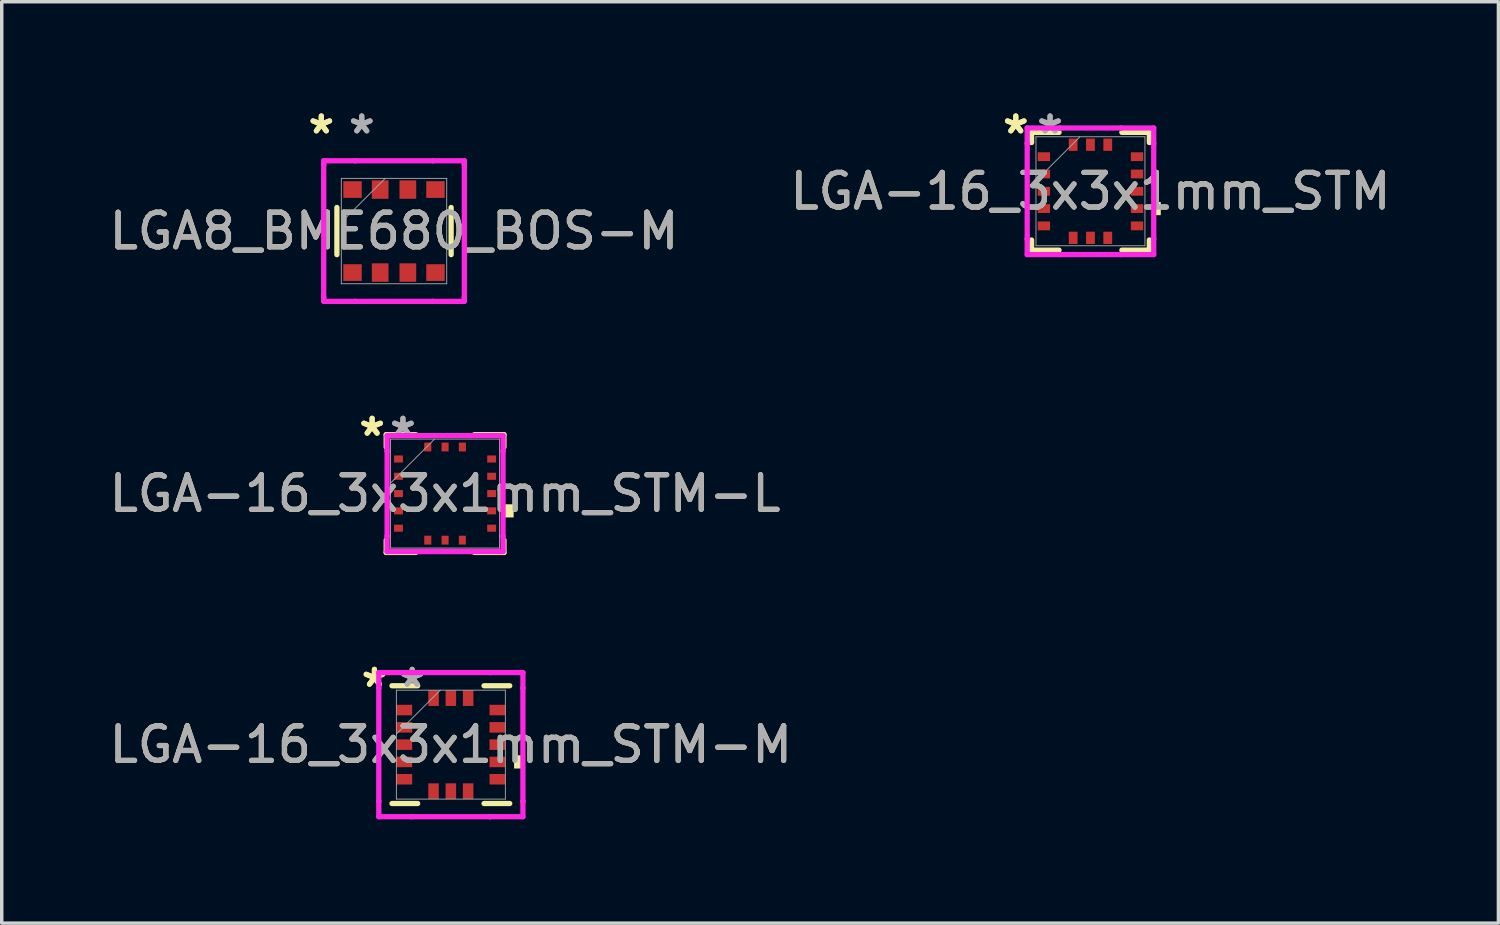
<source format=kicad_pcb>
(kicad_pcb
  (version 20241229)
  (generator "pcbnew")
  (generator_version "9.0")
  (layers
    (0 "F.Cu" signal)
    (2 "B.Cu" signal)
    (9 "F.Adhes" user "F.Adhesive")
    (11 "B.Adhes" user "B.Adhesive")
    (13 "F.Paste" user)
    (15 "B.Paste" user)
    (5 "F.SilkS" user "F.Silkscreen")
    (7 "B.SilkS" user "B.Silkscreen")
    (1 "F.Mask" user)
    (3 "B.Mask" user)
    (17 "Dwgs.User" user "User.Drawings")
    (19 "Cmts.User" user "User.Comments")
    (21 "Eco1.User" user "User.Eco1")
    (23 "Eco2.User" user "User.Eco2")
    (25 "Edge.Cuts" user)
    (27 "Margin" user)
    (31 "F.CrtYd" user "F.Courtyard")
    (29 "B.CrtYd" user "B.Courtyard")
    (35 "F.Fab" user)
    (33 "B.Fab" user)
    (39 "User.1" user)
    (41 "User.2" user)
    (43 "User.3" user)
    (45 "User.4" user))
  (footprint "LGA-16_3x3x1mm_STM-L"
    (layer "F.Cu")
    (at 9.815 11.217)
    (property "Reference" "LGA-16_3x3x1mm_STM-L" (at 0 0 0) (unlocked yes) (layer "F.SilkS") (effects (font (size 1 1) (thickness 0.15))))
    (attr smd)
    (fp_line (start -1.702 -1.702) (end -1.702 -1.345) (stroke (width 0.152) (type solid)) (layer "F.SilkS"))
    (fp_line (start -1.702 1.345) (end -1.702 1.702) (stroke (width 0.152) (type solid)) (layer "F.SilkS"))
    (fp_line (start -1.702 1.702) (end -0.845 1.702) (stroke (width 0.152) (type solid)) (layer "F.SilkS"))
    (fp_line (start -0.845 -1.702) (end -1.702 -1.702) (stroke (width 0.152) (type solid)) (layer "F.SilkS"))
    (fp_line (start 0.845 1.702) (end 1.702 1.702) (stroke (width 0.152) (type solid)) (layer "F.SilkS"))
    (fp_line (start 1.702 -1.702) (end 0.845 -1.702) (stroke (width 0.152) (type solid)) (layer "F.SilkS"))
    (fp_line (start 1.702 -1.345) (end 1.702 -1.702) (stroke (width 0.152) (type solid)) (layer "F.SilkS"))
    (fp_line (start 1.702 1.702) (end 1.702 1.345) (stroke (width 0.152) (type solid)) (layer "F.SilkS"))
    (fp_poly (pts (xy 1.982 0.309) (xy 1.982 0.69) (xy 1.728 0.69) (xy 1.728 0.309)) (stroke (width 0) (type solid)) (fill yes) (layer "F.SilkS"))
    (fp_line (start -1.676 -1.676) (end -0.729 -1.676) (stroke (width 0.152) (type solid)) (layer "F.CrtYd"))
    (fp_line (start -1.676 -1.229) (end -1.676 -1.676) (stroke (width 0.152) (type solid)) (layer "F.CrtYd"))
    (fp_line (start -1.676 -1.229) (end -1.676 -1.229) (stroke (width 0.152) (type solid)) (layer "F.CrtYd"))
    (fp_line (start -1.676 1.229) (end -1.676 -1.229) (stroke (width 0.152) (type solid)) (layer "F.CrtYd"))
    (fp_line (start -1.676 1.229) (end -1.676 1.229) (stroke (width 0.152) (type solid)) (layer "F.CrtYd"))
    (fp_line (start -1.676 1.676) (end -1.676 1.229) (stroke (width 0.152) (type solid)) (layer "F.CrtYd"))
    (fp_line (start -1.676 1.676) (end -0.729 1.676) (stroke (width 0.152) (type solid)) (layer "F.CrtYd"))
    (fp_line (start -0.729 -1.676) (end -0.729 -1.676) (stroke (width 0.152) (type solid)) (layer "F.CrtYd"))
    (fp_line (start -0.729 -1.676) (end 0.729 -1.676) (stroke (width 0.152) (type solid)) (layer "F.CrtYd"))
    (fp_line (start -0.729 1.676) (end -0.729 1.676) (stroke (width 0.152) (type solid)) (layer "F.CrtYd"))
    (fp_line (start -0.729 1.676) (end 0.729 1.676) (stroke (width 0.152) (type solid)) (layer "F.CrtYd"))
    (fp_line (start 0.729 -1.676) (end 0.729 -1.676) (stroke (width 0.152) (type solid)) (layer "F.CrtYd"))
    (fp_line (start 0.729 -1.676) (end 1.676 -1.676) (stroke (width 0.152) (type solid)) (layer "F.CrtYd"))
    (fp_line (start 0.729 1.676) (end 0.729 1.676) (stroke (width 0.152) (type solid)) (layer "F.CrtYd"))
    (fp_line (start 0.729 1.676) (end 1.676 1.676) (stroke (width 0.152) (type solid)) (layer "F.CrtYd"))
    (fp_line (start 1.676 -1.229) (end 1.676 -1.676) (stroke (width 0.152) (type solid)) (layer "F.CrtYd"))
    (fp_line (start 1.676 -1.229) (end 1.676 -1.229) (stroke (width 0.152) (type solid)) (layer "F.CrtYd"))
    (fp_line (start 1.676 1.229) (end 1.676 -1.229) (stroke (width 0.152) (type solid)) (layer "F.CrtYd"))
    (fp_line (start 1.676 1.229) (end 1.676 1.229) (stroke (width 0.152) (type solid)) (layer "F.CrtYd"))
    (fp_line (start 1.676 1.676) (end 1.676 1.229) (stroke (width 0.152) (type solid)) (layer "F.CrtYd"))
    (fp_line (start -1.575 -1.575) (end -1.575 1.575) (stroke (width 0.025) (type solid)) (layer "F.Fab"))
    (fp_line (start -1.575 -0.305) (end -0.305 -1.575) (stroke (width 0.025) (type solid)) (layer "F.Fab"))
    (fp_line (start -1.575 1.575) (end 1.575 1.575) (stroke (width 0.025) (type solid)) (layer "F.Fab"))
    (fp_line (start 1.575 -1.575) (end -1.575 -1.575) (stroke (width 0.025) (type solid)) (layer "F.Fab"))
    (fp_line (start 1.575 1.575) (end 1.575 -1.575) (stroke (width 0.025) (type solid)) (layer "F.Fab"))
    (fp_text user "*" (at -2.109 -1.631 0) (layer "F.SilkS") (effects (font (size 1 1) (thickness 0.15))))
    (fp_text user "*" (at -2.109 -1.631 0) (unlocked yes) (layer "F.SilkS") (effects (font (size 1 1) (thickness 0.15))))
    (fp_text user "${REFERENCE}" (at 0 0 0) (unlocked yes) (layer "F.Fab") (effects (font (size 1 1) (thickness 0.15))))
    (fp_text user "*" (at -1.218 -1.631 0) (layer "F.Fab") (effects (font (size 1 1) (thickness 0.15))))
    (fp_text user "*" (at -1.218 -1.631 0) (unlocked yes) (layer "F.Fab") (effects (font (size 1 1) (thickness 0.15))))
    (pad "1" smd rect (at -1.346 -1 90) (size 0.204 0.256) (layers "F.Cu" "F.Mask" "F.Paste"))
    (pad "2" smd rect (at -1.346 -0.5 90) (size 0.204 0.256) (layers "F.Cu" "F.Mask" "F.Paste"))
    (pad "3" smd rect (at -1.346 0 90) (size 0.204 0.256) (layers "F.Cu" "F.Mask" "F.Paste"))
    (pad "4" smd rect (at -1.346 0.5 90) (size 0.204 0.256) (layers "F.Cu" "F.Mask" "F.Paste"))
    (pad "5" smd rect (at -1.346 1 90) (size 0.204 0.256) (layers "F.Cu" "F.Mask" "F.Paste"))
    (pad "6" smd rect (at -0.5 1.346) (size 0.204 0.256) (layers "F.Cu" "F.Mask" "F.Paste"))
    (pad "7" smd rect (at 0 1.346) (size 0.204 0.256) (layers "F.Cu" "F.Mask" "F.Paste"))
    (pad "8" smd rect (at 0.5 1.346) (size 0.204 0.256) (layers "F.Cu" "F.Mask" "F.Paste"))
    (pad "9" smd rect (at 1.346 1 90) (size 0.204 0.256) (layers "F.Cu" "F.Mask" "F.Paste"))
    (pad "10" smd rect (at 1.346 0.5 90) (size 0.204 0.256) (layers "F.Cu" "F.Mask" "F.Paste"))
    (pad "11" smd rect (at 1.346 0 90) (size 0.204 0.256) (layers "F.Cu" "F.Mask" "F.Paste"))
    (pad "12" smd rect (at 1.346 -0.5 90) (size 0.204 0.256) (layers "F.Cu" "F.Mask" "F.Paste"))
    (pad "13" smd rect (at 1.346 -1 90) (size 0.204 0.256) (layers "F.Cu" "F.Mask" "F.Paste"))
    (pad "14" smd rect (at 0.5 -1.346) (size 0.204 0.256) (layers "F.Cu" "F.Mask" "F.Paste"))
    (pad "15" smd rect (at 0 -1.346) (size 0.204 0.256) (layers "F.Cu" "F.Mask" "F.Paste"))
    (pad "16" smd rect (at -0.5 -1.346) (size 0.204 0.256) (layers "F.Cu" "F.Mask" "F.Paste")))
  (footprint "LGA-16_3x3x1mm_STM-M"
    (layer "F.Cu")
    (at 9.982 18.474)
    (property "Reference" "LGA-16_3x3x1mm_STM-M" (at 0 0 0) (unlocked yes) (layer "F.SilkS") (effects (font (size 1 1) (thickness 0.15))))
    (attr smd)
    (fp_line (start -1.702 1.702) (end -0.959 1.702) (stroke (width 0.152) (type solid)) (layer "F.SilkS"))
    (fp_line (start -0.959 -1.702) (end -1.702 -1.702) (stroke (width 0.152) (type solid)) (layer "F.SilkS"))
    (fp_line (start 0.959 1.702) (end 1.702 1.702) (stroke (width 0.152) (type solid)) (layer "F.SilkS"))
    (fp_line (start 1.702 -1.702) (end 0.959 -1.702) (stroke (width 0.152) (type solid)) (layer "F.SilkS"))
    (fp_poly (pts (xy 2.082 0.309) (xy 2.082 0.69) (xy 1.828 0.69) (xy 1.828 0.309)) (stroke (width 0) (type solid)) (fill yes) (layer "F.SilkS"))
    (fp_line (start -2.083 -2.083) (end -1.135 -2.083) (stroke (width 0.152) (type solid)) (layer "F.CrtYd"))
    (fp_line (start -2.083 -1.635) (end -2.083 -2.083) (stroke (width 0.152) (type solid)) (layer "F.CrtYd"))
    (fp_line (start -2.083 -1.635) (end -2.083 -1.635) (stroke (width 0.152) (type solid)) (layer "F.CrtYd"))
    (fp_line (start -2.083 1.635) (end -2.083 -1.635) (stroke (width 0.152) (type solid)) (layer "F.CrtYd"))
    (fp_line (start -2.083 1.635) (end -2.083 1.635) (stroke (width 0.152) (type solid)) (layer "F.CrtYd"))
    (fp_line (start -2.083 2.083) (end -2.083 1.635) (stroke (width 0.152) (type solid)) (layer "F.CrtYd"))
    (fp_line (start -2.083 2.083) (end -1.135 2.083) (stroke (width 0.152) (type solid)) (layer "F.CrtYd"))
    (fp_line (start -1.135 -2.083) (end -1.135 -2.083) (stroke (width 0.152) (type solid)) (layer "F.CrtYd"))
    (fp_line (start -1.135 -2.083) (end 1.135 -2.083) (stroke (width 0.152) (type solid)) (layer "F.CrtYd"))
    (fp_line (start -1.135 2.083) (end -1.135 2.083) (stroke (width 0.152) (type solid)) (layer "F.CrtYd"))
    (fp_line (start -1.135 2.083) (end 1.135 2.083) (stroke (width 0.152) (type solid)) (layer "F.CrtYd"))
    (fp_line (start 1.135 -2.083) (end 1.135 -2.083) (stroke (width 0.152) (type solid)) (layer "F.CrtYd"))
    (fp_line (start 1.135 -2.083) (end 2.083 -2.083) (stroke (width 0.152) (type solid)) (layer "F.CrtYd"))
    (fp_line (start 1.135 2.083) (end 1.135 2.083) (stroke (width 0.152) (type solid)) (layer "F.CrtYd"))
    (fp_line (start 1.135 2.083) (end 2.083 2.083) (stroke (width 0.152) (type solid)) (layer "F.CrtYd"))
    (fp_line (start 2.083 -1.635) (end 2.083 -2.083) (stroke (width 0.152) (type solid)) (layer "F.CrtYd"))
    (fp_line (start 2.083 -1.635) (end 2.083 -1.635) (stroke (width 0.152) (type solid)) (layer "F.CrtYd"))
    (fp_line (start 2.083 1.635) (end 2.083 -1.635) (stroke (width 0.152) (type solid)) (layer "F.CrtYd"))
    (fp_line (start 2.083 1.635) (end 2.083 1.635) (stroke (width 0.152) (type solid)) (layer "F.CrtYd"))
    (fp_line (start 2.083 2.083) (end 2.083 1.635) (stroke (width 0.152) (type solid)) (layer "F.CrtYd"))
    (fp_line (start -1.575 -1.575) (end -1.575 1.575) (stroke (width 0.025) (type solid)) (layer "F.Fab"))
    (fp_line (start -1.575 -0.305) (end -0.305 -1.575) (stroke (width 0.025) (type solid)) (layer "F.Fab"))
    (fp_line (start -1.575 1.575) (end 1.575 1.575) (stroke (width 0.025) (type solid)) (layer "F.Fab"))
    (fp_line (start 1.575 -1.575) (end -1.575 -1.575) (stroke (width 0.025) (type solid)) (layer "F.Fab"))
    (fp_line (start 1.575 1.575) (end 1.575 -1.575) (stroke (width 0.025) (type solid)) (layer "F.Fab"))
    (fp_text user "*" (at -2.209 -1.631 0) (layer "F.SilkS") (effects (font (size 1 1) (thickness 0.15))))
    (fp_text user "*" (at -2.209 -1.631 0) (unlocked yes) (layer "F.SilkS") (effects (font (size 1 1) (thickness 0.15))))
    (fp_text user "${REFERENCE}" (at 0 0 0) (unlocked yes) (layer "F.Fab") (effects (font (size 1 1) (thickness 0.15))))
    (fp_text user "*" (at -1.118 -1.631 0) (layer "F.Fab") (effects (font (size 1 1) (thickness 0.15))))
    (fp_text user "*" (at -1.118 -1.631 0) (unlocked yes) (layer "F.Fab") (effects (font (size 1 1) (thickness 0.15))))
    (pad "1" smd rect (at -1.346 -1 90) (size 0.304 0.456) (layers "F.Cu" "F.Mask" "F.Paste"))
    (pad "2" smd rect (at -1.346 -0.5 90) (size 0.304 0.456) (layers "F.Cu" "F.Mask" "F.Paste"))
    (pad "3" smd rect (at -1.346 0 90) (size 0.304 0.456) (layers "F.Cu" "F.Mask" "F.Paste"))
    (pad "4" smd rect (at -1.346 0.5 90) (size 0.304 0.456) (layers "F.Cu" "F.Mask" "F.Paste"))
    (pad "5" smd rect (at -1.346 1 90) (size 0.304 0.456) (layers "F.Cu" "F.Mask" "F.Paste"))
    (pad "6" smd rect (at -0.5 1.346) (size 0.304 0.456) (layers "F.Cu" "F.Mask" "F.Paste"))
    (pad "7" smd rect (at 0 1.346) (size 0.304 0.456) (layers "F.Cu" "F.Mask" "F.Paste"))
    (pad "8" smd rect (at 0.5 1.346) (size 0.304 0.456) (layers "F.Cu" "F.Mask" "F.Paste"))
    (pad "9" smd rect (at 1.346 1 90) (size 0.304 0.456) (layers "F.Cu" "F.Mask" "F.Paste"))
    (pad "10" smd rect (at 1.346 0.5 90) (size 0.304 0.456) (layers "F.Cu" "F.Mask" "F.Paste"))
    (pad "11" smd rect (at 1.346 0 90) (size 0.304 0.456) (layers "F.Cu" "F.Mask" "F.Paste"))
    (pad "12" smd rect (at 1.346 -0.5 90) (size 0.304 0.456) (layers "F.Cu" "F.Mask" "F.Paste"))
    (pad "13" smd rect (at 1.346 -1 90) (size 0.304 0.456) (layers "F.Cu" "F.Mask" "F.Paste"))
    (pad "14" smd rect (at 0.5 -1.346) (size 0.304 0.456) (layers "F.Cu" "F.Mask" "F.Paste"))
    (pad "15" smd rect (at 0 -1.346) (size 0.304 0.456) (layers "F.Cu" "F.Mask" "F.Paste"))
    (pad "16" smd rect (at -0.5 -1.346) (size 0.304 0.456) (layers "F.Cu" "F.Mask" "F.Paste")))
  (footprint "LGA-16_3x3x1mm_STM"
    (layer "F.Cu")
    (at 28.47 2.479)
    (property "Reference" "LGA-16_3x3x1mm_STM" (at 0 0 0) (unlocked yes) (layer "F.SilkS") (effects (font (size 1 1) (thickness 0.15))))
    (attr smd)
    (fp_line (start -1.702 -1.702) (end -1.702 -1.408) (stroke (width 0.152) (type solid)) (layer "F.SilkS"))
    (fp_line (start -1.702 1.408) (end -1.702 1.702) (stroke (width 0.152) (type solid)) (layer "F.SilkS"))
    (fp_line (start -1.702 1.702) (end -0.908 1.702) (stroke (width 0.152) (type solid)) (layer "F.SilkS"))
    (fp_line (start -0.908 -1.702) (end -1.702 -1.702) (stroke (width 0.152) (type solid)) (layer "F.SilkS"))
    (fp_line (start 0.908 1.702) (end 1.702 1.702) (stroke (width 0.152) (type solid)) (layer "F.SilkS"))
    (fp_line (start 1.702 -1.702) (end 0.908 -1.702) (stroke (width 0.152) (type solid)) (layer "F.SilkS"))
    (fp_line (start 1.702 -1.408) (end 1.702 -1.702) (stroke (width 0.152) (type solid)) (layer "F.SilkS"))
    (fp_line (start 1.702 1.702) (end 1.702 1.408) (stroke (width 0.152) (type solid)) (layer "F.SilkS"))
    (fp_poly (pts (xy 2.032 0.309) (xy 2.032 0.69) (xy 1.778 0.69) (xy 1.778 0.309)) (stroke (width 0) (type solid)) (fill yes) (layer "F.SilkS"))
    (fp_line (start -1.829 -1.829) (end -0.881 -1.829) (stroke (width 0.152) (type solid)) (layer "F.CrtYd"))
    (fp_line (start -1.829 -1.381) (end -1.829 -1.829) (stroke (width 0.152) (type solid)) (layer "F.CrtYd"))
    (fp_line (start -1.829 -1.381) (end -1.829 -1.381) (stroke (width 0.152) (type solid)) (layer "F.CrtYd"))
    (fp_line (start -1.829 1.381) (end -1.829 -1.381) (stroke (width 0.152) (type solid)) (layer "F.CrtYd"))
    (fp_line (start -1.829 1.381) (end -1.829 1.381) (stroke (width 0.152) (type solid)) (layer "F.CrtYd"))
    (fp_line (start -1.829 1.829) (end -1.829 1.381) (stroke (width 0.152) (type solid)) (layer "F.CrtYd"))
    (fp_line (start -1.829 1.829) (end -0.881 1.829) (stroke (width 0.152) (type solid)) (layer "F.CrtYd"))
    (fp_line (start -0.881 -1.829) (end -0.881 -1.829) (stroke (width 0.152) (type solid)) (layer "F.CrtYd"))
    (fp_line (start -0.881 -1.829) (end 0.881 -1.829) (stroke (width 0.152) (type solid)) (layer "F.CrtYd"))
    (fp_line (start -0.881 1.829) (end -0.881 1.829) (stroke (width 0.152) (type solid)) (layer "F.CrtYd"))
    (fp_line (start -0.881 1.829) (end 0.881 1.829) (stroke (width 0.152) (type solid)) (layer "F.CrtYd"))
    (fp_line (start 0.881 -1.829) (end 0.881 -1.829) (stroke (width 0.152) (type solid)) (layer "F.CrtYd"))
    (fp_line (start 0.881 -1.829) (end 1.829 -1.829) (stroke (width 0.152) (type solid)) (layer "F.CrtYd"))
    (fp_line (start 0.881 1.829) (end 0.881 1.829) (stroke (width 0.152) (type solid)) (layer "F.CrtYd"))
    (fp_line (start 0.881 1.829) (end 1.829 1.829) (stroke (width 0.152) (type solid)) (layer "F.CrtYd"))
    (fp_line (start 1.829 -1.381) (end 1.829 -1.829) (stroke (width 0.152) (type solid)) (layer "F.CrtYd"))
    (fp_line (start 1.829 -1.381) (end 1.829 -1.381) (stroke (width 0.152) (type solid)) (layer "F.CrtYd"))
    (fp_line (start 1.829 1.381) (end 1.829 -1.381) (stroke (width 0.152) (type solid)) (layer "F.CrtYd"))
    (fp_line (start 1.829 1.381) (end 1.829 1.381) (stroke (width 0.152) (type solid)) (layer "F.CrtYd"))
    (fp_line (start 1.829 1.829) (end 1.829 1.381) (stroke (width 0.152) (type solid)) (layer "F.CrtYd"))
    (fp_line (start -1.575 -1.575) (end -1.575 1.575) (stroke (width 0.025) (type solid)) (layer "F.Fab"))
    (fp_line (start -1.575 -0.305) (end -0.305 -1.575) (stroke (width 0.025) (type solid)) (layer "F.Fab"))
    (fp_line (start -1.575 1.575) (end 1.575 1.575) (stroke (width 0.025) (type solid)) (layer "F.Fab"))
    (fp_line (start 1.575 -1.575) (end -1.575 -1.575) (stroke (width 0.025) (type solid)) (layer "F.Fab"))
    (fp_line (start 1.575 1.575) (end 1.575 -1.575) (stroke (width 0.025) (type solid)) (layer "F.Fab"))
    (fp_text user "*" (at -2.159 -1.631 0) (layer "F.SilkS") (effects (font (size 1 1) (thickness 0.15))))
    (fp_text user "*" (at -2.159 -1.631 0) (unlocked yes) (layer "F.SilkS") (effects (font (size 1 1) (thickness 0.15))))
    (fp_text user "${REFERENCE}" (at 0 0 0) (unlocked yes) (layer "F.Fab") (effects (font (size 1 1) (thickness 0.15))))
    (fp_text user "*" (at -1.168 -1.631 0) (layer "F.Fab") (effects (font (size 1 1) (thickness 0.15))))
    (fp_text user "*" (at -1.168 -1.631 0) (unlocked yes) (layer "F.Fab") (effects (font (size 1 1) (thickness 0.15))))
    (pad "1" smd rect (at -1.346 -1 90) (size 0.254 0.356) (layers "F.Cu" "F.Mask" "F.Paste"))
    (pad "2" smd rect (at -1.346 -0.5 90) (size 0.254 0.356) (layers "F.Cu" "F.Mask" "F.Paste"))
    (pad "3" smd rect (at -1.346 0 90) (size 0.254 0.356) (layers "F.Cu" "F.Mask" "F.Paste"))
    (pad "4" smd rect (at -1.346 0.5 90) (size 0.254 0.356) (layers "F.Cu" "F.Mask" "F.Paste"))
    (pad "5" smd rect (at -1.346 1 90) (size 0.254 0.356) (layers "F.Cu" "F.Mask" "F.Paste"))
    (pad "6" smd rect (at -0.5 1.346) (size 0.254 0.356) (layers "F.Cu" "F.Mask" "F.Paste"))
    (pad "7" smd rect (at 0 1.346) (size 0.254 0.356) (layers "F.Cu" "F.Mask" "F.Paste"))
    (pad "8" smd rect (at 0.5 1.346) (size 0.254 0.356) (layers "F.Cu" "F.Mask" "F.Paste"))
    (pad "9" smd rect (at 1.346 1 90) (size 0.254 0.356) (layers "F.Cu" "F.Mask" "F.Paste"))
    (pad "10" smd rect (at 1.346 0.5 90) (size 0.254 0.356) (layers "F.Cu" "F.Mask" "F.Paste"))
    (pad "11" smd rect (at 1.346 0 90) (size 0.254 0.356) (layers "F.Cu" "F.Mask" "F.Paste"))
    (pad "12" smd rect (at 1.346 -0.5 90) (size 0.254 0.356) (layers "F.Cu" "F.Mask" "F.Paste"))
    (pad "13" smd rect (at 1.346 -1 90) (size 0.254 0.356) (layers "F.Cu" "F.Mask" "F.Paste"))
    (pad "14" smd rect (at 0.5 -1.346) (size 0.254 0.356) (layers "F.Cu" "F.Mask" "F.Paste"))
    (pad "15" smd rect (at 0 -1.346) (size 0.254 0.356) (layers "F.Cu" "F.Mask" "F.Paste"))
    (pad "16" smd rect (at -0.5 -1.346) (size 0.254 0.356) (layers "F.Cu" "F.Mask" "F.Paste")))
  (footprint "LGA8_BME680_BOS-M"
    (layer "F.Cu")
    (at 8.339 3.629)
    (property "Reference" "LGA8_BME680_BOS-M" (at 0 0 0) (unlocked yes) (layer "F.SilkS") (effects (font (size 1 1) (thickness 0.15))))
    (attr smd)
    (fp_line (start -1.651 -0.682) (end -1.651 0.682) (stroke (width 0.152) (type solid)) (layer "F.SilkS"))
    (fp_line (start 1.651 0.682) (end 1.651 -0.682) (stroke (width 0.152) (type solid)) (layer "F.SilkS"))
    (fp_line (start -2.032 -2.032) (end -1.124 -2.032) (stroke (width 0.152) (type solid)) (layer "F.CrtYd"))
    (fp_line (start -2.032 -1.924) (end -2.032 -2.032) (stroke (width 0.152) (type solid)) (layer "F.CrtYd"))
    (fp_line (start -2.032 -1.924) (end -2.032 -1.924) (stroke (width 0.152) (type solid)) (layer "F.CrtYd"))
    (fp_line (start -2.032 1.924) (end -2.032 -1.924) (stroke (width 0.152) (type solid)) (layer "F.CrtYd"))
    (fp_line (start -2.032 1.924) (end -2.032 1.924) (stroke (width 0.152) (type solid)) (layer "F.CrtYd"))
    (fp_line (start -2.032 2.032) (end -2.032 1.924) (stroke (width 0.152) (type solid)) (layer "F.CrtYd"))
    (fp_line (start -2.032 2.032) (end -1.124 2.032) (stroke (width 0.152) (type solid)) (layer "F.CrtYd"))
    (fp_line (start -1.124 -2.032) (end -1.124 -2.032) (stroke (width 0.152) (type solid)) (layer "F.CrtYd"))
    (fp_line (start -1.124 -2.032) (end 1.124 -2.032) (stroke (width 0.152) (type solid)) (layer "F.CrtYd"))
    (fp_line (start -1.124 2.032) (end -1.124 2.032) (stroke (width 0.152) (type solid)) (layer "F.CrtYd"))
    (fp_line (start -1.124 2.032) (end 1.124 2.032) (stroke (width 0.152) (type solid)) (layer "F.CrtYd"))
    (fp_line (start 1.124 -2.032) (end 1.124 -2.032) (stroke (width 0.152) (type solid)) (layer "F.CrtYd"))
    (fp_line (start 1.124 -2.032) (end 2.032 -2.032) (stroke (width 0.152) (type solid)) (layer "F.CrtYd"))
    (fp_line (start 1.124 2.032) (end 1.124 2.032) (stroke (width 0.152) (type solid)) (layer "F.CrtYd"))
    (fp_line (start 1.124 2.032) (end 2.032 2.032) (stroke (width 0.152) (type solid)) (layer "F.CrtYd"))
    (fp_line (start 2.032 -1.924) (end 2.032 -2.032) (stroke (width 0.152) (type solid)) (layer "F.CrtYd"))
    (fp_line (start 2.032 -1.924) (end 2.032 -1.924) (stroke (width 0.152) (type solid)) (layer "F.CrtYd"))
    (fp_line (start 2.032 1.924) (end 2.032 -1.924) (stroke (width 0.152) (type solid)) (layer "F.CrtYd"))
    (fp_line (start 2.032 1.924) (end 2.032 1.924) (stroke (width 0.152) (type solid)) (layer "F.CrtYd"))
    (fp_line (start 2.032 2.032) (end 2.032 1.924) (stroke (width 0.152) (type solid)) (layer "F.CrtYd"))
    (fp_line (start -1.524 -1.524) (end -1.524 1.524) (stroke (width 0.025) (type solid)) (layer "F.Fab"))
    (fp_line (start -1.524 -0.254) (end -0.254 -1.524) (stroke (width 0.025) (type solid)) (layer "F.Fab"))
    (fp_line (start -1.524 1.524) (end 1.524 1.524) (stroke (width 0.025) (type solid)) (layer "F.Fab"))
    (fp_line (start 1.524 -1.524) (end -1.524 -1.524) (stroke (width 0.025) (type solid)) (layer "F.Fab"))
    (fp_line (start 1.524 1.524) (end 1.524 -1.524) (stroke (width 0.025) (type solid)) (layer "F.Fab"))
    (fp_text user "*" (at -2.101 -2.781 0) (layer "F.SilkS") (effects (font (size 1 1) (thickness 0.15))))
    (fp_text user "*" (at -2.101 -2.781 0) (unlocked yes) (layer "F.SilkS") (effects (font (size 1 1) (thickness 0.15))))
    (fp_text user "${REFERENCE}" (at 0 0 0) (unlocked yes) (layer "F.Fab") (effects (font (size 1 1) (thickness 0.15))))
    (fp_text user "*" (at -0.932 -2.781 0) (layer "F.Fab") (effects (font (size 1 1) (thickness 0.15))))
    (fp_text user "*" (at -0.932 -2.781 0) (unlocked yes) (layer "F.Fab") (effects (font (size 1 1) (thickness 0.15))))
    (pad "1" smd rect (at -1.199 -1.2 90) (size 0.483 0.533) (layers "F.Cu" "F.Mask" "F.Paste"))
    (pad "2" smd rect (at -0.4 -1.199) (size 0.483 0.533) (layers "F.Cu" "F.Mask" "F.Paste"))
    (pad "3" smd rect (at 0.4 -1.199) (size 0.483 0.533) (layers "F.Cu" "F.Mask" "F.Paste"))
    (pad "4" smd rect (at 1.199 -1.2 90) (size 0.483 0.533) (layers "F.Cu" "F.Mask" "F.Paste"))
    (pad "5" smd rect (at 1.199 1.2 90) (size 0.483 0.533) (layers "F.Cu" "F.Mask" "F.Paste"))
    (pad "6" smd rect (at 0.4 1.199) (size 0.483 0.533) (layers "F.Cu" "F.Mask" "F.Paste"))
    (pad "7" smd rect (at -0.4 1.199) (size 0.483 0.533) (layers "F.Cu" "F.Mask" "F.Paste"))
    (pad "8" smd rect (at -1.199 1.2 90) (size 0.483 0.533) (layers "F.Cu" "F.Mask" "F.Paste")))
  (gr_rect
    (start -3 -3)
    (end 40.262 23.633)
    (stroke (width 0.1) (type default))
    (fill no)
    (layer "Edge.Cuts")))
</source>
